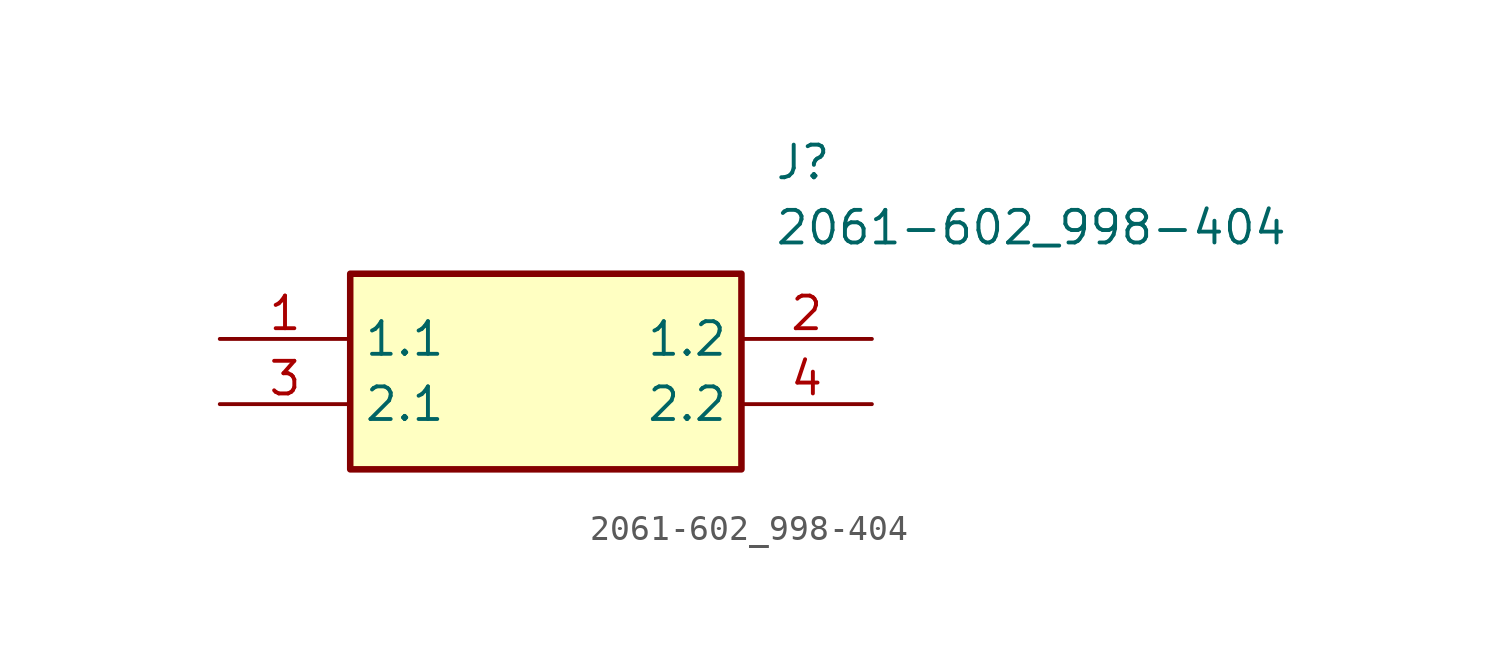
<source format=kicad_sym>
(kicad_symbol_lib
  (version 20211014)
  (generator SamacSys_ECAD_Model)
  (symbol "2061-602_998-404"
    (property "Reference" "J"
      (at 21.59 7.62 0)
      (effects (font (size 1.27 1.27)) (justify left top)))
    (property "Value" "2061-602_998-404"
      (at 21.59 5.08 0)
      (effects (font (size 1.27 1.27)) (justify left top)))
    (rectangle
      (start 5.08 2.54)
      (end 20.32 -5.08)
      (stroke (width 0.254) (type default))
      (fill (type background)))
    (pin passive line
      (at 0 0 0)
      (length 5.08)
      (name "1.1" (effects (font (size 1.27 1.27))))
      (number "1" (effects (font (size 1.27 1.27)))))
    (pin passive line
      (at 25.4 0 180)
      (length 5.08)
      (name "1.2" (effects (font (size 1.27 1.27))))
      (number "2" (effects (font (size 1.27 1.27)))))
    (pin passive line
      (at 0 -2.54 0)
      (length 5.08)
      (name "2.1" (effects (font (size 1.27 1.27))))
      (number "3" (effects (font (size 1.27 1.27)))))
    (pin passive line
      (at 25.4 -2.54 180)
      (length 5.08)
      (name "2.2" (effects (font (size 1.27 1.27))))
      (number "4" (effects (font (size 1.27 1.27)))))))
</source>
